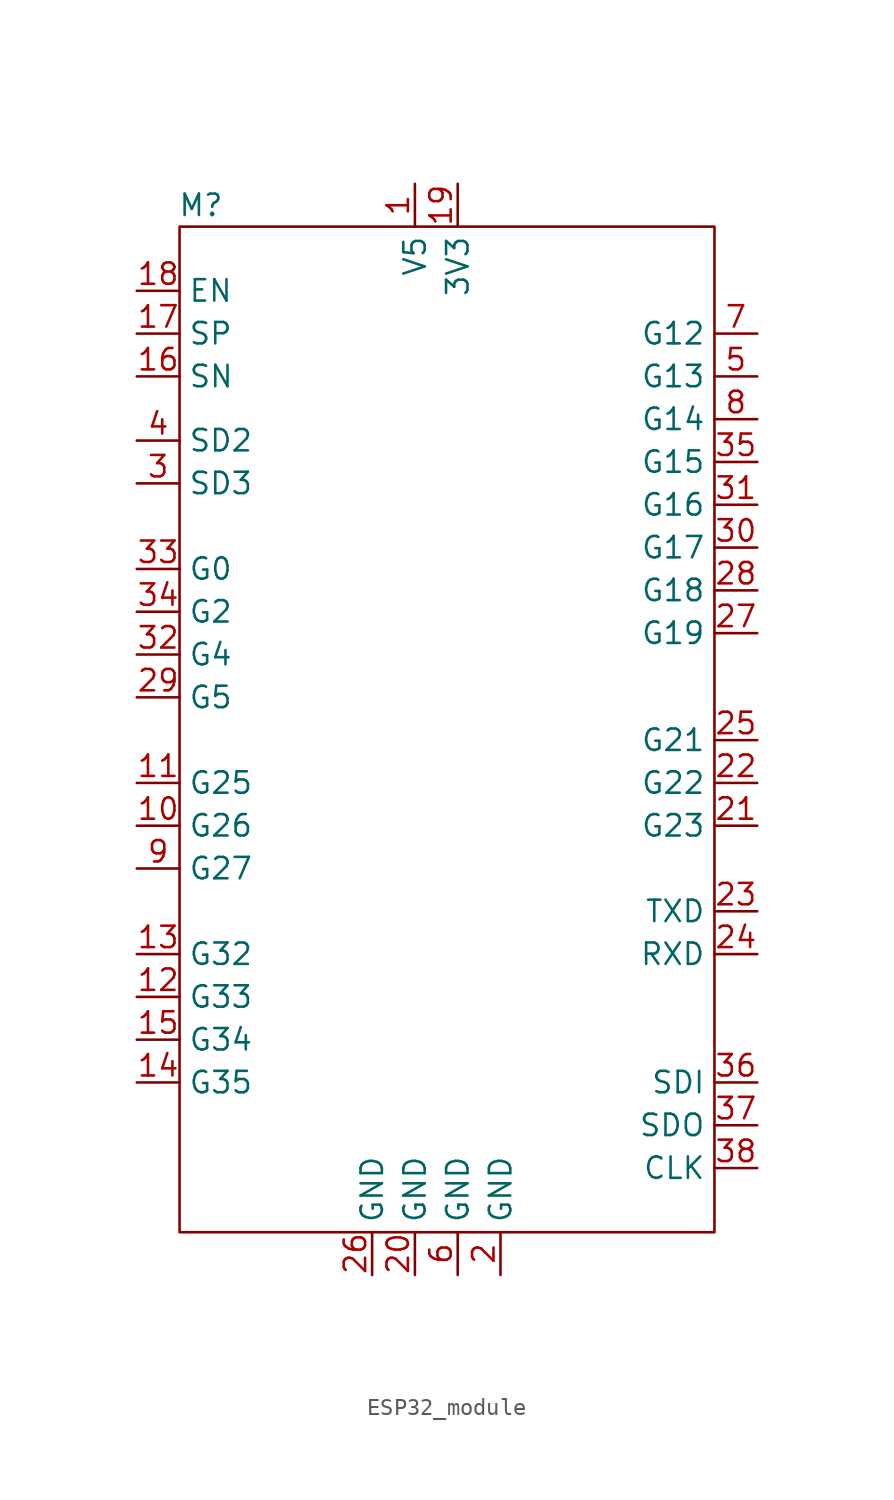
<source format=kicad_sym>
(kicad_symbol_lib
  (version 20220914)
  (generator kicad_symbol_editor)
  (symbol "ESP32_module"
    (property "Reference" "M"
      (at 1.27 1.27 0)
      (effects (font (size 1.27 1.27))))
    (property "Value" ""
      (at 27.94 -41.91 0)
      (effects (font (size 1.27 1.27))))
    (symbol "ESP32_module_0_1"
      (rectangle (start 0 0) (end 31.75 -59.69) (stroke (width 0) (type default)) (fill (type none))))
    (symbol "ESP32_module_1_1"
      (pin power_in line (at 13.97 2.54 270) (length 2.54) (name "V5" (effects (font (size 1.27 1.27)))) (number "1" (effects (font (size 1.27 1.27)))))
      (pin bidirectional line (at -2.54 -35.56 0) (length 2.54) (name "G26" (effects (font (size 1.27 1.27)))) (number "10" (effects (font (size 1.27 1.27)))))
      (pin bidirectional line (at -2.54 -33.02 0) (length 2.54) (name "G25" (effects (font (size 1.27 1.27)))) (number "11" (effects (font (size 1.27 1.27)))))
      (pin bidirectional line (at -2.54 -45.72 0) (length 2.54) (name "G33" (effects (font (size 1.27 1.27)))) (number "12" (effects (font (size 1.27 1.27)))))
      (pin bidirectional line (at -2.54 -43.18 0) (length 2.54) (name "G32" (effects (font (size 1.27 1.27)))) (number "13" (effects (font (size 1.27 1.27)))))
      (pin bidirectional line (at -2.54 -50.8 0) (length 2.54) (name "G35" (effects (font (size 1.27 1.27)))) (number "14" (effects (font (size 1.27 1.27)))))
      (pin bidirectional line (at -2.54 -48.26 0) (length 2.54) (name "G34" (effects (font (size 1.27 1.27)))) (number "15" (effects (font (size 1.27 1.27)))))
      (pin output line (at -2.54 -8.89 0) (length 2.54) (name "SN" (effects (font (size 1.27 1.27)))) (number "16" (effects (font (size 1.27 1.27)))))
      (pin output line (at -2.54 -6.35 0) (length 2.54) (name "SP" (effects (font (size 1.27 1.27)))) (number "17" (effects (font (size 1.27 1.27)))))
      (pin input line (at -2.54 -3.81 0) (length 2.54) (name "EN" (effects (font (size 1.27 1.27)))) (number "18" (effects (font (size 1.27 1.27)))))
      (pin power_in line (at 16.51 2.54 270) (length 2.54) (name "3V3" (effects (font (size 1.27 1.27)))) (number "19" (effects (font (size 1.27 1.27)))))
      (pin power_in line (at 19.05 -62.23 90) (length 2.54) (name "GND" (effects (font (size 1.27 1.27)))) (number "2" (effects (font (size 1.27 1.27)))))
      (pin power_in line (at 13.97 -62.23 90) (length 2.54) (name "GND" (effects (font (size 1.27 1.27)))) (number "20" (effects (font (size 1.27 1.27)))))
      (pin bidirectional line (at 34.29 -35.56 180) (length 2.54) (name "G23" (effects (font (size 1.27 1.27)))) (number "21" (effects (font (size 1.27 1.27)))))
      (pin bidirectional line (at 34.29 -33.02 180) (length 2.54) (name "G22" (effects (font (size 1.27 1.27)))) (number "22" (effects (font (size 1.27 1.27)))))
      (pin output line (at 34.29 -40.64 180) (length 2.54) (name "TXD" (effects (font (size 1.27 1.27)))) (number "23" (effects (font (size 1.27 1.27)))))
      (pin input line (at 34.29 -43.18 180) (length 2.54) (name "RXD" (effects (font (size 1.27 1.27)))) (number "24" (effects (font (size 1.27 1.27)))))
      (pin bidirectional line (at 34.29 -30.48 180) (length 2.54) (name "G21" (effects (font (size 1.27 1.27)))) (number "25" (effects (font (size 1.27 1.27)))))
      (pin power_in line (at 11.43 -62.23 90) (length 2.54) (name "GND" (effects (font (size 1.27 1.27)))) (number "26" (effects (font (size 1.27 1.27)))))
      (pin bidirectional line (at 34.29 -24.13 180) (length 2.54) (name "G19" (effects (font (size 1.27 1.27)))) (number "27" (effects (font (size 1.27 1.27)))))
      (pin bidirectional line (at 34.29 -21.59 180) (length 2.54) (name "G18" (effects (font (size 1.27 1.27)))) (number "28" (effects (font (size 1.27 1.27)))))
      (pin bidirectional line (at -2.54 -27.94 0) (length 2.54) (name "G5" (effects (font (size 1.27 1.27)))) (number "29" (effects (font (size 1.27 1.27)))))
      (pin output line (at -2.54 -15.24 0) (length 2.54) (name "SD3" (effects (font (size 1.27 1.27)))) (number "3" (effects (font (size 1.27 1.27)))))
      (pin bidirectional line (at 34.29 -19.05 180) (length 2.54) (name "G17" (effects (font (size 1.27 1.27)))) (number "30" (effects (font (size 1.27 1.27)))))
      (pin bidirectional line (at 34.29 -16.51 180) (length 2.54) (name "G16" (effects (font (size 1.27 1.27)))) (number "31" (effects (font (size 1.27 1.27)))))
      (pin bidirectional line (at -2.54 -25.4 0) (length 2.54) (name "G4" (effects (font (size 1.27 1.27)))) (number "32" (effects (font (size 1.27 1.27)))))
      (pin bidirectional line (at -2.54 -20.32 0) (length 2.54) (name "G0" (effects (font (size 1.27 1.27)))) (number "33" (effects (font (size 1.27 1.27)))))
      (pin bidirectional line (at -2.54 -22.86 0) (length 2.54) (name "G2" (effects (font (size 1.27 1.27)))) (number "34" (effects (font (size 1.27 1.27)))))
      (pin bidirectional line (at 34.29 -13.97 180) (length 2.54) (name "G15" (effects (font (size 1.27 1.27)))) (number "35" (effects (font (size 1.27 1.27)))))
      (pin input line (at 34.29 -50.8 180) (length 2.54) (name "SDI" (effects (font (size 1.27 1.27)))) (number "36" (effects (font (size 1.27 1.27)))))
      (pin output line (at 34.29 -53.34 180) (length 2.54) (name "SDO" (effects (font (size 1.27 1.27)))) (number "37" (effects (font (size 1.27 1.27)))))
      (pin input line (at 34.29 -55.88 180) (length 2.54) (name "CLK" (effects (font (size 1.27 1.27)))) (number "38" (effects (font (size 1.27 1.27)))))
      (pin output line (at -2.54 -12.7 0) (length 2.54) (name "SD2" (effects (font (size 1.27 1.27)))) (number "4" (effects (font (size 1.27 1.27)))))
      (pin bidirectional line (at 34.29 -8.89 180) (length 2.54) (name "G13" (effects (font (size 1.27 1.27)))) (number "5" (effects (font (size 1.27 1.27)))))
      (pin power_in line (at 16.51 -62.23 90) (length 2.54) (name "GND" (effects (font (size 1.27 1.27)))) (number "6" (effects (font (size 1.27 1.27)))))
      (pin bidirectional line (at 34.29 -6.35 180) (length 2.54) (name "G12" (effects (font (size 1.27 1.27)))) (number "7" (effects (font (size 1.27 1.27)))))
      (pin bidirectional line (at 34.29 -11.43 180) (length 2.54) (name "G14" (effects (font (size 1.27 1.27)))) (number "8" (effects (font (size 1.27 1.27)))))
      (pin bidirectional line (at -2.54 -38.1 0) (length 2.54) (name "G27" (effects (font (size 1.27 1.27)))) (number "9" (effects (font (size 1.27 1.27))))))))
</source>
